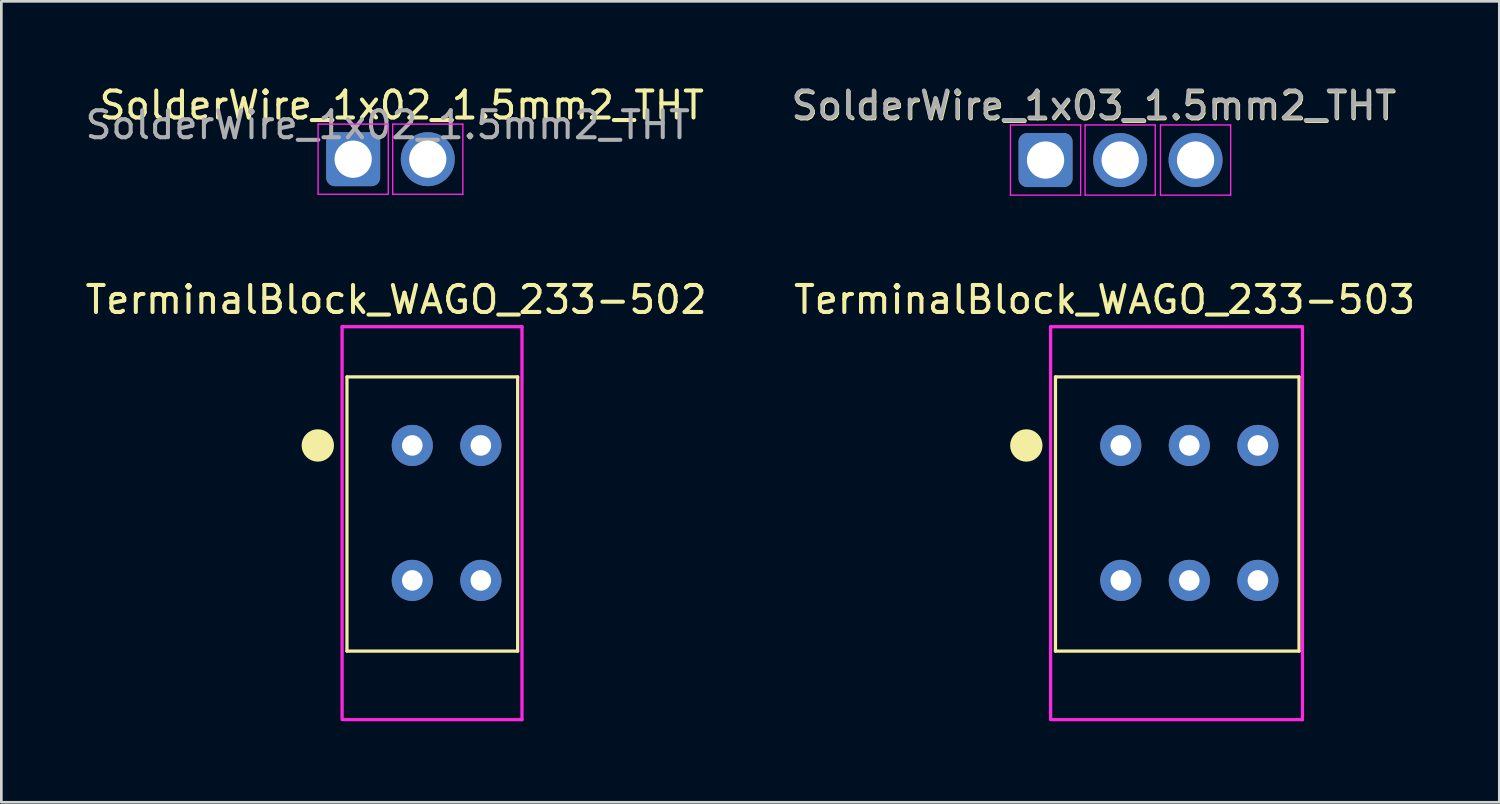
<source format=kicad_pcb>
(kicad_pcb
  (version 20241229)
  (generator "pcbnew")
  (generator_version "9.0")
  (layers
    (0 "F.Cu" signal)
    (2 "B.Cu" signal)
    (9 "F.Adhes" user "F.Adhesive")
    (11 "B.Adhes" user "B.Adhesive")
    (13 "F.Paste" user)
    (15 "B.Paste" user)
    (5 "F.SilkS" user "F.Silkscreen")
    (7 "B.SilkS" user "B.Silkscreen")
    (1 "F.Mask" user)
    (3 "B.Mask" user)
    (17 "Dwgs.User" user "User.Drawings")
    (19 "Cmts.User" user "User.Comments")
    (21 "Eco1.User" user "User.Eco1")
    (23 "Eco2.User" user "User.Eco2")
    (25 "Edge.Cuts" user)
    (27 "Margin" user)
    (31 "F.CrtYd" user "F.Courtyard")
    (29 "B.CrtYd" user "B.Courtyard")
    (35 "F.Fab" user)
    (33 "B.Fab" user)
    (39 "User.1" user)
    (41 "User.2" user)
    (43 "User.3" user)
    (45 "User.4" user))
  (footprint "TerminalBlock_WAGO_233-502"
    (layer "F.Cu")
    (at 12.225 13.454)
    (property "Reference" "TerminalBlock_WAGO_233-502" (at -0.6 -5.4 0) (layer "F.SilkS") (effects (font (size 1 1) (thickness 0.15))))
    (attr through_hole)
    (fp_line (start -2.42 -2.54) (end -2.42 7.62) (stroke (width 0.12) (type solid)) (layer "F.SilkS"))
    (fp_line (start -2.42 -2.54) (end 3.904 -2.54) (stroke (width 0.12) (type solid)) (layer "F.SilkS"))
    (fp_line (start -2.42 7.62) (end 3.904 7.62) (stroke (width 0.12) (type solid)) (layer "F.SilkS"))
    (fp_line (start 3.904 -2.54) (end 3.904 7.62) (stroke (width 0.12) (type solid)) (layer "F.SilkS"))
    (fp_circle (center -3.5 0) (end -3.2 0) (stroke (width 0.6) (type solid)) (fill no) (layer "F.SilkS"))
    (fp_line (start -2.6 -4.4) (end 4.064 -4.4) (stroke (width 0.12) (type solid)) (layer "F.CrtYd"))
    (fp_line (start -2.6 10.16) (end -2.6 -4.4) (stroke (width 0.12) (type solid)) (layer "F.CrtYd"))
    (fp_line (start 4.064 -4.4) (end 4.064 10.16) (stroke (width 0.12) (type solid)) (layer "F.CrtYd"))
    (fp_line (start 4.064 10.16) (end -2.54 10.16) (stroke (width 0.12) (type solid)) (layer "F.CrtYd"))
    (pad "1" thru_hole circle (at 0 0) (size 1.524 1.524) (drill 0.762) (layers "*.Cu" "*.Mask"))
    (pad "1" thru_hole circle (at 0 5) (size 1.524 1.524) (drill 0.762) (layers "*.Cu" "*.Mask"))
    (pad "2" thru_hole circle (at 2.54 0) (size 1.524 1.524) (drill 0.762) (layers "*.Cu" "*.Mask"))
    (pad "2" thru_hole circle (at 2.54 5) (size 1.524 1.524) (drill 0.762) (layers "*.Cu" "*.Mask")))
  (footprint "SolderWire_1x03_1.5mm2_THT"
    (layer "F.Cu")
    (at 35.688 2.88)
    (property "Reference" "SolderWire_1x03_1.5mm2_THT" (at 1.8 -2 0) (layer "F.SilkS") (effects (font (size 1 1) (thickness 0.15))))
    (attr exclude_from_pos_files exclude_from_bom)
    (fp_line (start -1.3 -1.3) (end -1.3 1.3) (stroke (width 0.05) (type solid)) (layer "F.CrtYd"))
    (fp_line (start -1.3 1.3) (end 1.3 1.3) (stroke (width 0.05) (type solid)) (layer "F.CrtYd"))
    (fp_line (start 1.3 -1.3) (end -1.3 -1.3) (stroke (width 0.05) (type solid)) (layer "F.CrtYd"))
    (fp_line (start 1.3 1.3) (end 1.3 -1.3) (stroke (width 0.05) (type solid)) (layer "F.CrtYd"))
    (fp_line (start 1.464 -1.3) (end 1.464 1.3) (stroke (width 0.05) (type solid)) (layer "F.CrtYd"))
    (fp_line (start 1.464 1.3) (end 4.064 1.3) (stroke (width 0.05) (type solid)) (layer "F.CrtYd"))
    (fp_line (start 4.064 -1.3) (end 1.464 -1.3) (stroke (width 0.05) (type solid)) (layer "F.CrtYd"))
    (fp_line (start 4.064 1.3) (end 4.064 -1.3) (stroke (width 0.05) (type solid)) (layer "F.CrtYd"))
    (fp_line (start 4.258 -1.3) (end 4.258 1.3) (stroke (width 0.05) (type solid)) (layer "F.CrtYd"))
    (fp_line (start 4.258 1.3) (end 6.858 1.3) (stroke (width 0.05) (type solid)) (layer "F.CrtYd"))
    (fp_line (start 6.858 -1.3) (end 4.258 -1.3) (stroke (width 0.05) (type solid)) (layer "F.CrtYd"))
    (fp_line (start 6.858 1.3) (end 6.858 -1.3) (stroke (width 0.05) (type solid)) (layer "F.CrtYd"))
    (fp_circle (center 0 0) (end 0.5 0) (stroke (width 0.1) (type solid)) (fill no) (layer "F.Fab"))
    (fp_circle (center 2.764 0) (end 3.264 0) (stroke (width 0.1) (type solid)) (fill no) (layer "F.Fab"))
    (fp_circle (center 5.558 0) (end 6.058 0) (stroke (width 0.1) (type solid)) (fill no) (layer "F.Fab"))
    (fp_text user "${REFERENCE}" (at 1.778 -2.032 180) (layer "F.Fab") (effects (font (size 1 1) (thickness 0.15))))
    (pad "1" thru_hole roundrect (at 0 0) (size 2 2) (drill 1.38) (layers "*.Cu" "*.Mask") (roundrect_rratio 0.156))
    (pad "2" thru_hole circle (at 2.764 0) (size 2 2) (drill 1.38) (layers "*.Cu" "*.Mask"))
    (pad "3" thru_hole circle (at 5.558 0) (size 2 2) (drill 1.38) (layers "*.Cu" "*.Mask")))
  (footprint "TerminalBlock_WAGO_233-503"
    (layer "F.Cu")
    (at 38.475 13.454)
    (property "Reference" "TerminalBlock_WAGO_233-503" (at -0.6 -5.4 0) (layer "F.SilkS") (effects (font (size 1 1) (thickness 0.15))))
    (attr through_hole)
    (fp_line (start -2.42 -2.54) (end -2.42 7.62) (stroke (width 0.12) (type solid)) (layer "F.SilkS"))
    (fp_line (start -2.42 -2.54) (end 6.604 -2.54) (stroke (width 0.12) (type solid)) (layer "F.SilkS"))
    (fp_line (start -2.42 7.62) (end 6.604 7.62) (stroke (width 0.12) (type solid)) (layer "F.SilkS"))
    (fp_line (start 6.604 -2.54) (end 6.604 7.62) (stroke (width 0.12) (type solid)) (layer "F.SilkS"))
    (fp_circle (center -3.5 0) (end -3.2 0) (stroke (width 0.6) (type solid)) (fill no) (layer "F.SilkS"))
    (fp_line (start -2.6 -4.4) (end 6.731 -4.4) (stroke (width 0.12) (type solid)) (layer "F.CrtYd"))
    (fp_line (start -2.6 10.16) (end -2.6 -4.4) (stroke (width 0.12) (type solid)) (layer "F.CrtYd"))
    (fp_line (start 6.731 -4.4) (end 6.731 10.16) (stroke (width 0.12) (type solid)) (layer "F.CrtYd"))
    (fp_line (start 6.731 10.16) (end -2.54 10.16) (stroke (width 0.12) (type solid)) (layer "F.CrtYd"))
    (pad "1" thru_hole circle (at 0 0) (size 1.524 1.524) (drill 0.762) (layers "*.Cu" "*.Mask"))
    (pad "1" thru_hole circle (at 0 5) (size 1.524 1.524) (drill 0.762) (layers "*.Cu" "*.Mask"))
    (pad "2" thru_hole circle (at 2.54 0) (size 1.524 1.524) (drill 0.762) (layers "*.Cu" "*.Mask"))
    (pad "2" thru_hole circle (at 2.54 5) (size 1.524 1.524) (drill 0.762) (layers "*.Cu" "*.Mask"))
    (pad "3" thru_hole circle (at 5.08 0) (size 1.524 1.524) (drill 0.762) (layers "*.Cu" "*.Mask"))
    (pad "3" thru_hole circle (at 5.08 5) (size 1.524 1.524) (drill 0.762) (layers "*.Cu" "*.Mask")))
  (footprint "SolderWire_1x02_1.5mm2_THT"
    (layer "F.Cu")
    (at 10.035 2.848)
    (property "Reference" "SolderWire_1x02_1.5mm2_THT" (at 1.8 -2 0) (layer "F.SilkS") (effects (font (size 1 1) (thickness 0.15))))
    (attr exclude_from_pos_files exclude_from_bom)
    (fp_line (start -1.3 -1.3) (end -1.3 1.3) (stroke (width 0.05) (type solid)) (layer "F.CrtYd"))
    (fp_line (start -1.3 1.3) (end 1.3 1.3) (stroke (width 0.05) (type solid)) (layer "F.CrtYd"))
    (fp_line (start 1.3 -1.3) (end -1.3 -1.3) (stroke (width 0.05) (type solid)) (layer "F.CrtYd"))
    (fp_line (start 1.3 1.3) (end 1.3 -1.3) (stroke (width 0.05) (type solid)) (layer "F.CrtYd"))
    (fp_line (start 1.464 -1.3) (end 1.464 1.3) (stroke (width 0.05) (type solid)) (layer "F.CrtYd"))
    (fp_line (start 1.464 1.3) (end 4.064 1.3) (stroke (width 0.05) (type solid)) (layer "F.CrtYd"))
    (fp_line (start 4.064 -1.3) (end 1.464 -1.3) (stroke (width 0.05) (type solid)) (layer "F.CrtYd"))
    (fp_line (start 4.064 1.3) (end 4.064 -1.3) (stroke (width 0.05) (type solid)) (layer "F.CrtYd"))
    (fp_circle (center 0 0) (end 0.5 0) (stroke (width 0.1) (type solid)) (fill no) (layer "F.Fab"))
    (fp_circle (center 2.764 0) (end 3.264 0) (stroke (width 0.1) (type solid)) (fill no) (layer "F.Fab"))
    (fp_text user "${REFERENCE}" (at 1.28 -1.268 180) (layer "F.Fab") (effects (font (size 1 1) (thickness 0.15))))
    (pad "1" thru_hole roundrect (at 0 0) (size 2 2) (drill 1.38) (layers "*.Cu" "*.Mask") (roundrect_rratio 0.156))
    (pad "2" thru_hole circle (at 2.764 0) (size 2 2) (drill 1.38) (layers "*.Cu" "*.Mask")))
  (gr_rect
    (start -3 -3)
    (end 52.5 26.674)
    (stroke (width 0.1) (type default))
    (fill no)
    (layer "Edge.Cuts")))
</source>
